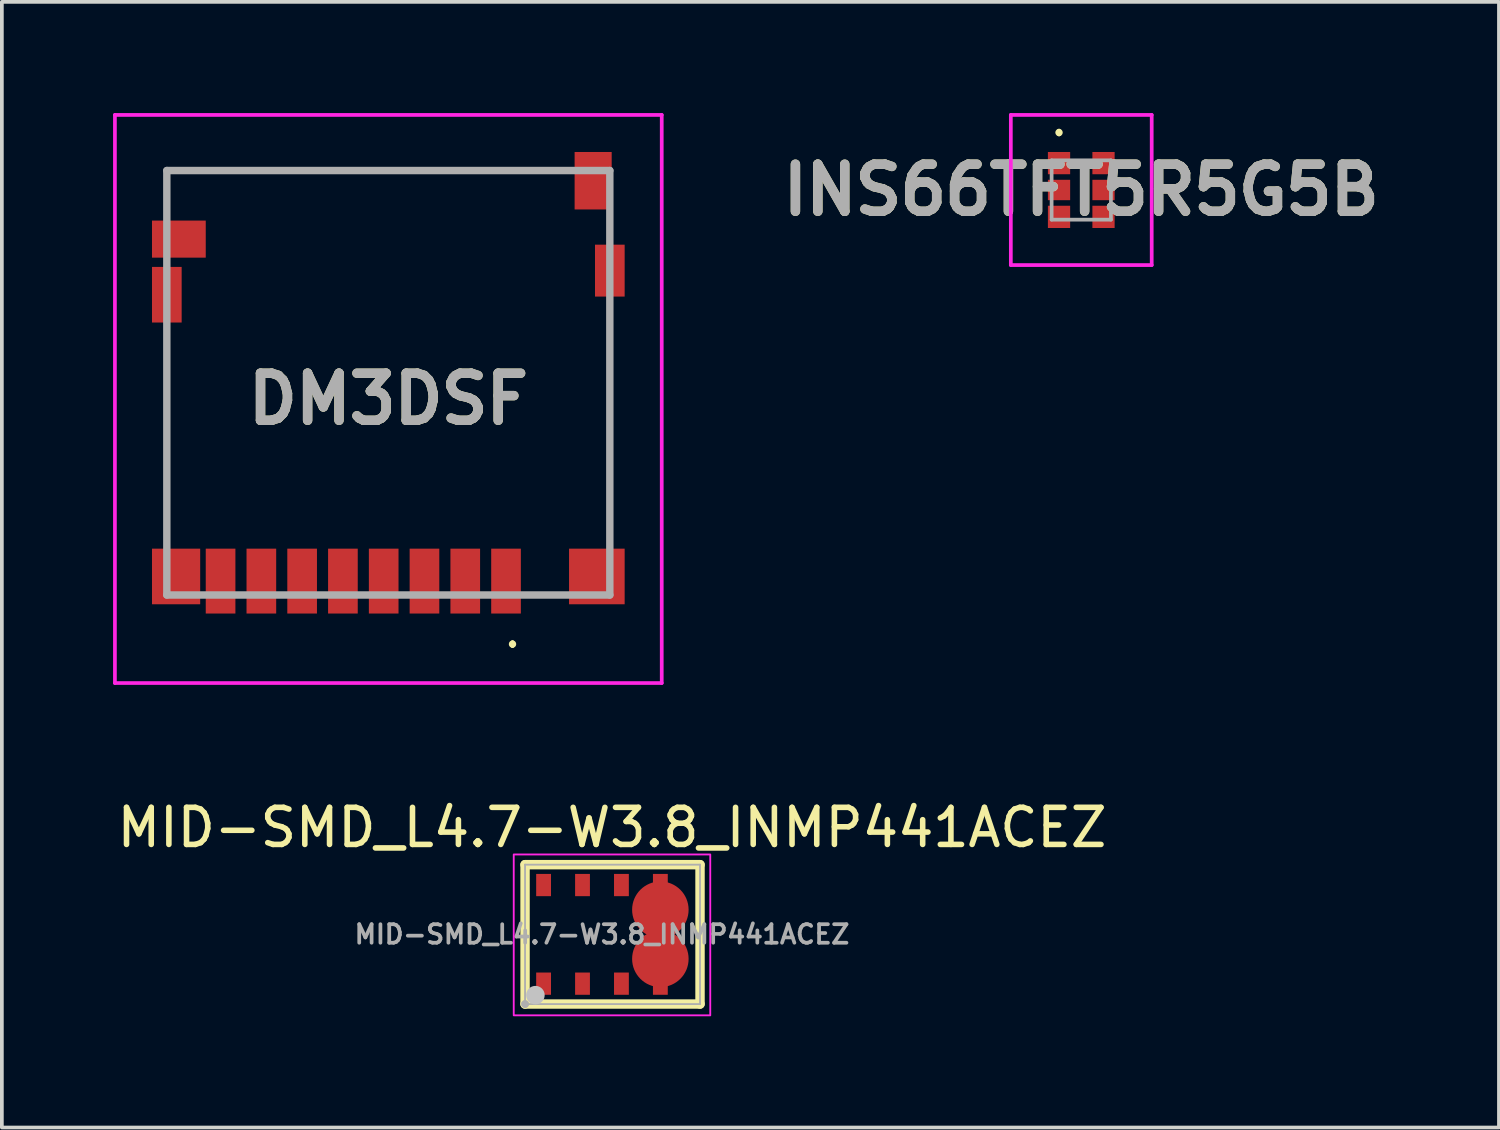
<source format=kicad_pcb>
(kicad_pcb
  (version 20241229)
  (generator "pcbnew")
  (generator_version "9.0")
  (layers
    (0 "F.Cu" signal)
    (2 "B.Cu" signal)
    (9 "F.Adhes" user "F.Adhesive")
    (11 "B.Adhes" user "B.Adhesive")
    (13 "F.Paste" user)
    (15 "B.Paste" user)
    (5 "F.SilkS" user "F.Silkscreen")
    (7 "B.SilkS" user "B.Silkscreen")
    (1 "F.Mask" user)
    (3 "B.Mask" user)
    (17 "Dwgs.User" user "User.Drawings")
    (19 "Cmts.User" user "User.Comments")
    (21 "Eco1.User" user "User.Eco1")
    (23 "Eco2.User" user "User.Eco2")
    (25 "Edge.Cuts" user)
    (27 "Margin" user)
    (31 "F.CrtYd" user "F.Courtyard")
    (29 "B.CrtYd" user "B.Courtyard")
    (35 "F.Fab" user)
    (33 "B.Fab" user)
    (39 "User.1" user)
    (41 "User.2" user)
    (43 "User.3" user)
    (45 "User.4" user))
  (footprint "MID-SMD_L4.7-W3.8_INMP441ACEZ"
    (layer "F.Cu")
    (at 13.188 22.154)
    (property "Reference" "MID-SMD_L4.7-W3.8_INMP441ACEZ" (at 0.27 -2.881 0) (layer "F.SilkS") (effects (font (size 1 1) (thickness 0.15))))
    (fp_line (start -2.075 -1.88) (end 2.645 -1.88) (stroke (width 0.254) (type default)) (layer "F.SilkS"))
    (fp_line (start -2.075 1.88) (end -2.075 -1.88) (stroke (width 0.254) (type default)) (layer "F.SilkS"))
    (fp_line (start 2.645 -1.88) (end 2.645 1.88) (stroke (width 0.254) (type default)) (layer "F.SilkS"))
    (fp_line (start 2.645 1.88) (end -2.075 1.88) (stroke (width 0.254) (type default)) (layer "F.SilkS"))
    (fp_poly (pts (xy -1.775 -1.63) (xy -1.375 -1.63) (xy -1.375 -1.03) (xy -1.775 -1.03)) (stroke (width 0) (type default)) (fill yes) (layer "F.Paste"))
    (fp_poly (pts (xy -1.775 1.03) (xy -1.375 1.03) (xy -1.375 1.63) (xy -1.775 1.63)) (stroke (width 0) (type default)) (fill yes) (layer "F.Paste"))
    (fp_poly (pts (xy -0.725 -1.63) (xy -0.325 -1.63) (xy -0.325 -1.03) (xy -0.725 -1.03)) (stroke (width 0) (type default)) (fill yes) (layer "F.Paste"))
    (fp_poly (pts (xy -0.725 1.03) (xy -0.325 1.03) (xy -0.325 1.63) (xy -0.725 1.63)) (stroke (width 0) (type default)) (fill yes) (layer "F.Paste"))
    (fp_poly (pts (xy 0.325 -1.63) (xy 0.725 -1.63) (xy 0.725 -1.03) (xy 0.325 -1.03)) (stroke (width 0) (type default)) (fill yes) (layer "F.Paste"))
    (fp_poly (pts (xy 0.325 1.03) (xy 0.725 1.03) (xy 0.725 1.63) (xy 0.325 1.63)) (stroke (width 0) (type default)) (fill yes) (layer "F.Paste"))
    (fp_poly (pts (xy 1.375 -1.63) (xy 1.775 -1.63) (xy 1.775 -1.03) (xy 1.375 -1.03)) (stroke (width 0) (type default)) (fill yes) (layer "F.Paste"))
    (fp_poly (pts (xy 1.375 1.03) (xy 1.775 1.03) (xy 1.775 1.63) (xy 1.375 1.63)) (stroke (width 0) (type default)) (fill yes) (layer "F.Paste"))
    (fp_poly (pts (arc (start 1.49 -0.5115) (mid 1.219675 -0.371825) (end 1.08 -0.1015)) (arc (start 0.77 -0.1015) (mid 1.001434 -0.580918) (end 1.48 -0.814)) (xy 1.58 -0.811) (arc (start 1.67 -0.8115) (mid 2.147588 -0.579195) (end 2.38 -0.1015)) (arc (start 2.08 -0.1015) (mid 1.938136 -0.366634) (end 1.67 -0.5025)) (xy 1.58 -0.511)) (stroke (width 0) (type default)) (fill yes) (layer "F.Paste"))
    (fp_poly (pts (arc (start 1.66 0.5085) (mid 1.930325 0.368825) (end 2.07 0.0985)) (arc (start 2.38 0.0985) (mid 2.148411 0.577656) (end 1.67 0.811)) (xy 1.57 0.808) (arc (start 1.48 0.8085) (mid 1.001996 0.576397) (end 0.77 0.0985)) (arc (start 1.07 0.0985) (mid 1.212057 0.363255) (end 1.48 0.4995)) (xy 1.57 0.508)) (stroke (width 0) (type default)) (fill yes) (layer "F.Paste"))
    (fp_circle (center -1.795 1.64) (end -1.67 1.64) (stroke (width 0.25) (type default)) (fill no) (layer "Dwgs.User"))
    (fp_rect (start -2.38 -2.155) (end 2.921 2.185) (stroke (width 0.05) (type default)) (fill no) (layer "F.CrtYd"))
    (fp_line (start -2.075 -1.88) (end 2.645 -1.88) (stroke (width 0.051) (type default)) (layer "F.Fab"))
    (fp_line (start -2.075 1.88) (end -2.075 -1.88) (stroke (width 0.051) (type default)) (layer "F.Fab"))
    (fp_line (start 2.645 -1.88) (end 2.645 1.88) (stroke (width 0.051) (type default)) (layer "F.Fab"))
    (fp_line (start 2.645 1.88) (end -2.075 1.88) (stroke (width 0.051) (type default)) (layer "F.Fab"))
    (fp_poly (pts (xy -2.02 1.857) (xy -2.052 1.825) (xy -2.098 1.825) (xy -2.13 1.857) (xy -2.13 1.903) (xy -2.098 1.935) (xy -2.052 1.935) (xy -2.02 1.903)) (stroke (width 0.1) (type default)) (fill no) (layer "F.Fab"))
    (fp_poly (pts (xy -1.75 -1.605) (xy -1.4 -1.605) (xy -1.4 -1.055) (xy -1.75 -1.055)) (stroke (width 0.1) (type default)) (fill no) (layer "User.1"))
    (fp_poly (pts (xy -1.75 1.055) (xy -1.4 1.055) (xy -1.4 1.605) (xy -1.75 1.605)) (stroke (width 0.1) (type default)) (fill no) (layer "User.1"))
    (fp_poly (pts (xy -0.7 -1.605) (xy -0.35 -1.605) (xy -0.35 -1.055) (xy -0.7 -1.055)) (stroke (width 0.1) (type default)) (fill no) (layer "User.1"))
    (fp_poly (pts (xy -0.7 1.055) (xy -0.35 1.055) (xy -0.35 1.605) (xy -0.7 1.605)) (stroke (width 0.1) (type default)) (fill no) (layer "User.1"))
    (fp_poly (pts (xy 0.35 -1.605) (xy 0.7 -1.605) (xy 0.7 -1.055) (xy 0.35 -1.055)) (stroke (width 0.1) (type default)) (fill no) (layer "User.1"))
    (fp_poly (pts (xy 0.35 1.055) (xy 0.7 1.055) (xy 0.7 1.605) (xy 0.35 1.605)) (stroke (width 0.1) (type default)) (fill no) (layer "User.1"))
    (fp_poly (pts (xy 1.4 -1.605) (xy 1.75 -1.605) (xy 1.75 -1.055) (xy 1.4 -1.055)) (stroke (width 0.1) (type default)) (fill no) (layer "User.1"))
    (fp_poly (pts (xy 1.4 1.055) (xy 1.75 1.055) (xy 1.75 1.605) (xy 1.4 1.605)) (stroke (width 0.1) (type default)) (fill no) (layer "User.1"))
    (fp_poly (pts (arc (start 1.49 -0.5115) (mid 1.219675 -0.371825) (end 1.08 -0.1015)) (arc (start 0.77 -0.1015) (mid 1.001434 -0.580918) (end 1.48 -0.814)) (xy 1.58 -0.811) (arc (start 1.67 -0.8115) (mid 2.147588 -0.579195) (end 2.38 -0.1015)) (arc (start 2.08 -0.1015) (mid 1.938136 -0.366634) (end 1.67 -0.5025)) (xy 1.58 -0.511)) (stroke (width 0.1) (type default)) (fill no) (layer "User.1"))
    (fp_poly (pts (arc (start 1.66 0.5085) (mid 1.930325 0.368825) (end 2.07 0.0985)) (arc (start 2.38 0.0985) (mid 2.148411 0.577656) (end 1.67 0.811)) (xy 1.57 0.808) (arc (start 1.48 0.8085) (mid 1.001996 0.576397) (end 0.77 0.0985)) (arc (start 1.07 0.0985) (mid 1.212057 0.363255) (end 1.48 0.4995)) (xy 1.57 0.508)) (stroke (width 0.1) (type default)) (fill no) (layer "User.1"))
    (fp_text user "${REFERENCE}" (at 0 0 0) (layer "F.Fab") (effects (font (size 0.5 0.5) (thickness 0.1))))
    (pad "1" smd rect (at -1.575 1.33) (size 0.4 0.6) (layers "F.Cu" "F.Mask" "F.Paste"))
    (pad "2" smd rect (at -0.525 1.33) (size 0.4 0.6) (layers "F.Cu" "F.Mask" "F.Paste"))
    (pad "3" smd rect (at 0.525 1.33) (size 0.4 0.6) (layers "F.Cu" "F.Mask" "F.Paste"))
    (pad "4" smd rect (at 1.575 1.33) (size 0.4 0.6) (layers "F.Cu" "F.Mask" "F.Paste"))
    (pad "5" smd circle (at 1.575 -0.664) (size 1.524 1.524) (layers "F.Cu" "F.Mask" "F.Paste"))
    (pad "5" smd circle (at 1.575 0.661) (size 1.524 1.524) (layers "F.Cu" "F.Mask" "F.Paste"))
    (pad "6" smd rect (at 1.575 -1.33) (size 0.4 0.6) (layers "F.Cu" "F.Mask" "F.Paste"))
    (pad "7" smd rect (at 0.525 -1.33) (size 0.4 0.6) (layers "F.Cu" "F.Mask" "F.Paste"))
    (pad "8" smd rect (at -0.525 -1.33) (size 0.4 0.6) (layers "F.Cu" "F.Mask" "F.Paste"))
    (pad "9" smd rect (at -1.575 -1.33) (size 0.4 0.6) (layers "F.Cu" "F.Mask" "F.Paste")))
  (footprint "DM3DSF"
    (layer "F.Cu")
    (at 7.425 7.275)
    (property "Reference" "DM3DSF" (at 0 0.438 0) (layer "F.SilkS") (effects (font (size 1.27 1.27) (thickness 0.254))))
    (attr smd)
    (fp_line (start -5.975 -5.725) (end -5.975 -5.025) (stroke (width 0.1) (type solid)) (layer "F.SilkS"))
    (fp_line (start -5.975 -1.025) (end -5.975 3.475) (stroke (width 0.1) (type solid)) (layer "F.SilkS"))
    (fp_line (start 3.35 7) (end 3.35 7) (stroke (width 0.1) (type solid)) (layer "F.SilkS"))
    (fp_line (start 3.35 7.1) (end 3.35 7.1) (stroke (width 0.1) (type solid)) (layer "F.SilkS"))
    (fp_line (start 3.975 -5.725) (end -5.975 -5.725) (stroke (width 0.1) (type solid)) (layer "F.SilkS"))
    (fp_line (start 5.975 3.475) (end 5.975 -1.525) (stroke (width 0.1) (type solid)) (layer "F.SilkS"))
    (fp_arc (start 3.35 7) (mid 3.4 7.05) (end 3.35 7.1) (stroke (width 0.1) (type solid)) (layer "F.SilkS"))
    (fp_arc (start 3.35 7.1) (mid 3.3 7.05) (end 3.35 7) (stroke (width 0.1) (type solid)) (layer "F.SilkS"))
    (fp_line (start -7.375 -7.225) (end 7.375 -7.225) (stroke (width 0.1) (type solid)) (layer "F.CrtYd"))
    (fp_line (start -7.375 8.1) (end -7.375 -7.225) (stroke (width 0.1) (type solid)) (layer "F.CrtYd"))
    (fp_line (start 7.375 -7.225) (end 7.375 8.1) (stroke (width 0.1) (type solid)) (layer "F.CrtYd"))
    (fp_line (start 7.375 8.1) (end -7.375 8.1) (stroke (width 0.1) (type solid)) (layer "F.CrtYd"))
    (fp_line (start -5.975 -5.725) (end 5.975 -5.725) (stroke (width 0.2) (type solid)) (layer "F.Fab"))
    (fp_line (start -5.975 5.725) (end -5.975 -5.725) (stroke (width 0.2) (type solid)) (layer "F.Fab"))
    (fp_line (start 5.975 -5.725) (end 5.975 5.725) (stroke (width 0.2) (type solid)) (layer "F.Fab"))
    (fp_line (start 5.975 5.725) (end -5.975 5.725) (stroke (width 0.2) (type solid)) (layer "F.Fab"))
    (fp_text user "${REFERENCE}" (at 0 0.438 0) (layer "F.Fab") (effects (font (size 1.27 1.27) (thickness 0.254))))
    (pad "1" smd rect (at 3.175 5.35) (size 0.8 1.75) (layers "F.Cu" "F.Mask" "F.Paste"))
    (pad "2" smd rect (at 2.075 5.35) (size 0.8 1.75) (layers "F.Cu" "F.Mask" "F.Paste"))
    (pad "3" smd rect (at 0.975 5.35) (size 0.8 1.75) (layers "F.Cu" "F.Mask" "F.Paste"))
    (pad "4" smd rect (at -0.125 5.35) (size 0.8 1.75) (layers "F.Cu" "F.Mask" "F.Paste"))
    (pad "5" smd rect (at -1.225 5.35) (size 0.8 1.75) (layers "F.Cu" "F.Mask" "F.Paste"))
    (pad "6" smd rect (at -2.325 5.35) (size 0.8 1.75) (layers "F.Cu" "F.Mask" "F.Paste"))
    (pad "7" smd rect (at -3.425 5.35) (size 0.8 1.75) (layers "F.Cu" "F.Mask" "F.Paste"))
    (pad "8" smd rect (at -4.525 5.35) (size 0.8 1.75) (layers "F.Cu" "F.Mask" "F.Paste"))
    (pad "MP1" smd rect (at 5.625 5.225) (size 1.5 1.5) (layers "F.Cu" "F.Mask" "F.Paste"))
    (pad "MP2" smd rect (at -5.725 5.225) (size 1.3 1.5) (layers "F.Cu" "F.Mask" "F.Paste"))
    (pad "MP3" smd rect (at 5.975 -3.025) (size 0.8 1.4) (layers "F.Cu" "F.Mask" "F.Paste"))
    (pad "MP4" smd rect (at 5.525 -5.45) (size 1 1.55) (layers "F.Cu" "F.Mask" "F.Paste"))
    (pad "MP5" smd rect (at -5.65 -3.875 90) (size 1 1.45) (layers "F.Cu" "F.Mask" "F.Paste"))
    (pad "MP6" smd rect (at -5.975 -2.375) (size 0.8 1.5) (layers "F.Cu" "F.Mask" "F.Paste")))
  (footprint "INS66TFT5R5G5B"
    (layer "F.Cu")
    (at 26.117 2.075)
    (property "Reference" "INS66TFT5R5G5B" (at 0 0 0) (layer "F.SilkS") (effects (font (size 1.27 1.27) (thickness 0.254))))
    (attr smd)
    (fp_line (start -0.6 -1.6) (end -0.6 -1.6) (stroke (width 0.1) (type solid)) (layer "F.SilkS"))
    (fp_line (start -0.6 -1.5) (end -0.6 -1.5) (stroke (width 0.1) (type solid)) (layer "F.SilkS"))
    (fp_arc (start -0.6 -1.6) (mid -0.55 -1.55) (end -0.6 -1.5) (stroke (width 0.1) (type solid)) (layer "F.SilkS"))
    (fp_arc (start -0.6 -1.5) (mid -0.65 -1.55) (end -0.6 -1.6) (stroke (width 0.1) (type solid)) (layer "F.SilkS"))
    (fp_line (start -1.9 -2.025) (end 1.9 -2.025) (stroke (width 0.1) (type solid)) (layer "F.CrtYd"))
    (fp_line (start -1.9 2.025) (end -1.9 -2.025) (stroke (width 0.1) (type solid)) (layer "F.CrtYd"))
    (fp_line (start 1.9 -2.025) (end 1.9 2.025) (stroke (width 0.1) (type solid)) (layer "F.CrtYd"))
    (fp_line (start 1.9 2.025) (end -1.9 2.025) (stroke (width 0.1) (type solid)) (layer "F.CrtYd"))
    (fp_line (start -0.8 -0.8) (end 0.8 -0.8) (stroke (width 0.1) (type solid)) (layer "F.Fab"))
    (fp_line (start -0.8 0.8) (end -0.8 -0.8) (stroke (width 0.1) (type solid)) (layer "F.Fab"))
    (fp_line (start 0.8 -0.8) (end 0.8 0.8) (stroke (width 0.1) (type solid)) (layer "F.Fab"))
    (fp_line (start 0.8 0.8) (end -0.8 0.8) (stroke (width 0.1) (type solid)) (layer "F.Fab"))
    (fp_text user "${REFERENCE}" (at 0 0 0) (layer "F.Fab") (effects (font (size 1.27 1.27) (thickness 0.254))))
    (pad "1" smd rect (at -0.6 -0.725) (size 0.6 0.6) (layers "F.Cu" "F.Mask" "F.Paste"))
    (pad "2" smd rect (at -0.6 0 90) (size 0.55 0.6) (layers "F.Cu" "F.Mask" "F.Paste"))
    (pad "3" smd rect (at -0.6 0.725) (size 0.6 0.6) (layers "F.Cu" "F.Mask" "F.Paste"))
    (pad "4" smd rect (at 0.6 -0.725) (size 0.6 0.6) (layers "F.Cu" "F.Mask" "F.Paste"))
    (pad "5" smd rect (at 0.6 0 90) (size 0.55 0.6) (layers "F.Cu" "F.Mask" "F.Paste"))
    (pad "6" smd rect (at 0.6 0.725) (size 0.6 0.6) (layers "F.Cu" "F.Mask" "F.Paste")))
  (gr_rect
    (start -3 -3)
    (end 37.384 27.364)
    (stroke (width 0.1) (type default))
    (fill no)
    (layer "Edge.Cuts")))
</source>
